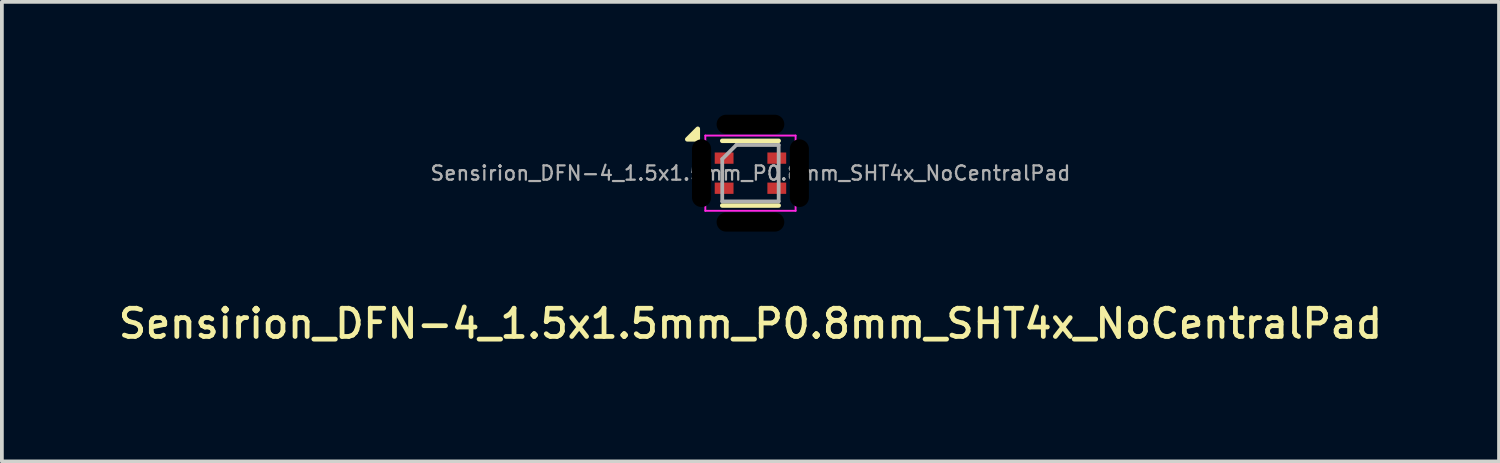
<source format=kicad_pcb>
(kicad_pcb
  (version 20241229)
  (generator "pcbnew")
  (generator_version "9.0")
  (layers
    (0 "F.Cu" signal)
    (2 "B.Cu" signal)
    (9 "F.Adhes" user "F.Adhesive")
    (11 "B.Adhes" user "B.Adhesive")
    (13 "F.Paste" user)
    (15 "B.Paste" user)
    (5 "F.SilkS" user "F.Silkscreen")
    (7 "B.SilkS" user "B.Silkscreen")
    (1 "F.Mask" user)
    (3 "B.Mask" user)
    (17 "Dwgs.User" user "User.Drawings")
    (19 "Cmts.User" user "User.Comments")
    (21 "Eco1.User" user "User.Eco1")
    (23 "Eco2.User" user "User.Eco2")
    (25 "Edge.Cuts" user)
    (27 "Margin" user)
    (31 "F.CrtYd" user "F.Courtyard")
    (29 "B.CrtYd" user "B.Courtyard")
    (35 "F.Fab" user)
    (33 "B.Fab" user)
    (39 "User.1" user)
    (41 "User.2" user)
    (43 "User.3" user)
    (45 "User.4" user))
  (footprint "Sensirion_DFN-4_1.5x1.5mm_P0.8mm_SHT4x_NoCentralPad"
    (layer "F.Cu")
    (at 16.901 1.554)
    (property "Reference" "Sensirion_DFN-4_1.5x1.5mm_P0.8mm_SHT4x_NoCentralPad" (at 0 4 0) (layer "F.SilkS") (effects (font (size 0.75 0.75) (thickness 0.127) (bold yes))))
    (attr smd)
    (fp_line (start -0.75 -0.86) (end 0.75 -0.86) (stroke (width 0.12) (type solid)) (layer "F.SilkS"))
    (fp_line (start -0.75 0.86) (end 0.75 0.86) (stroke (width 0.12) (type solid)) (layer "F.SilkS"))
    (fp_poly (pts (xy -1.4 -0.9) (xy -1.68 -0.9) (xy -1.4 -1.18) (xy -1.4 -0.9)) (stroke (width 0.12) (type solid)) (fill yes) (layer "F.SilkS"))
    (fp_line (start -1.2 -1) (end -1.2 1) (stroke (width 0.05) (type solid)) (layer "F.CrtYd"))
    (fp_line (start -1.2 1) (end 1.2 1) (stroke (width 0.05) (type solid)) (layer "F.CrtYd"))
    (fp_line (start 1.2 -1) (end -1.2 -1) (stroke (width 0.05) (type solid)) (layer "F.CrtYd"))
    (fp_line (start 1.2 1) (end 1.2 -1) (stroke (width 0.05) (type solid)) (layer "F.CrtYd"))
    (fp_line (start -0.75 -0.375) (end -0.375 -0.75) (stroke (width 0.1) (type solid)) (layer "F.Fab"))
    (fp_line (start -0.75 0.75) (end -0.75 -0.375) (stroke (width 0.1) (type solid)) (layer "F.Fab"))
    (fp_line (start -0.375 -0.75) (end 0.75 -0.75) (stroke (width 0.1) (type solid)) (layer "F.Fab"))
    (fp_line (start 0.75 -0.75) (end 0.75 0.75) (stroke (width 0.1) (type solid)) (layer "F.Fab"))
    (fp_line (start 0.75 0.75) (end -0.75 0.75) (stroke (width 0.1) (type solid)) (layer "F.Fab"))
    (fp_text user "${REFERENCE}" (at 0 0 0) (layer "F.Fab") (effects (font (size 0.38 0.38) (thickness 0.06))))
    (pad "" np_thru_hole custom (at -1.3 0 90) (size 1.8 0.508) (drill oval 1.8 0.508) (layers "*.Mask") (options (anchor rect)) (primitives))
    (pad "" np_thru_hole custom (at 0 -1.3) (size 1.8 0.508) (drill oval 1.8 0.508) (layers "*.Mask") (options (anchor rect)) (primitives))
    (pad "" np_thru_hole custom (at 0 1.3) (size 1.8 0.508) (drill oval 1.8 0.508) (layers "*.Mask") (options (anchor rect)) (primitives))
    (pad "" np_thru_hole custom (at 1.3 0 90) (size 1.8 0.508) (drill oval 1.8 0.508) (layers "*.Mask") (options (anchor rect)) (primitives))
    (pad "1" smd rect (at -0.7 -0.4) (size 0.5 0.3) (layers "F.Cu" "F.Mask" "F.Paste"))
    (pad "2" smd rect (at -0.7 0.4) (size 0.5 0.3) (layers "F.Cu" "F.Mask" "F.Paste"))
    (pad "3" smd rect (at 0.7 0.4) (size 0.5 0.3) (layers "F.Cu" "F.Mask" "F.Paste"))
    (pad "4" smd rect (at 0.7 -0.4) (size 0.5 0.3) (layers "F.Cu" "F.Mask" "F.Paste"))
    (zone (net_name "") (layer "F.Cu") (hatch edge 0.508) (connect_pads) (min_thickness 0.254) (filled_areas_thickness no) (keepout (tracks not_allowed) (vias not_allowed) (pads allowed) (copperpour not_allowed) (footprints allowed)) (placement (enabled no)) (fill) (polygon (pts (xy 17.651 1.004) (xy 17.351 1.004) (xy 17.351 1.304) (xy 17.651 1.304) (xy 17.651 1.804) (xy 17.351 1.804) (xy 17.351 2.104) (xy 17.651 2.104) (xy 17.651 2.304) (xy 16.151 2.304) (xy 16.151 2.104) (xy 16.451 2.104) (xy 16.451 1.804) (xy 16.151 1.804) (xy 16.151 1.304) (xy 16.451 1.304) (xy 16.451 1.004) (xy 16.151 1.004) (xy 16.151 0.804) (xy 17.651 0.804)))))
  (gr_rect
    (start -3 -3)
    (end 36.802 9.216)
    (stroke (width 0.1) (type default))
    (fill no)
    (layer "Edge.Cuts")))
</source>
